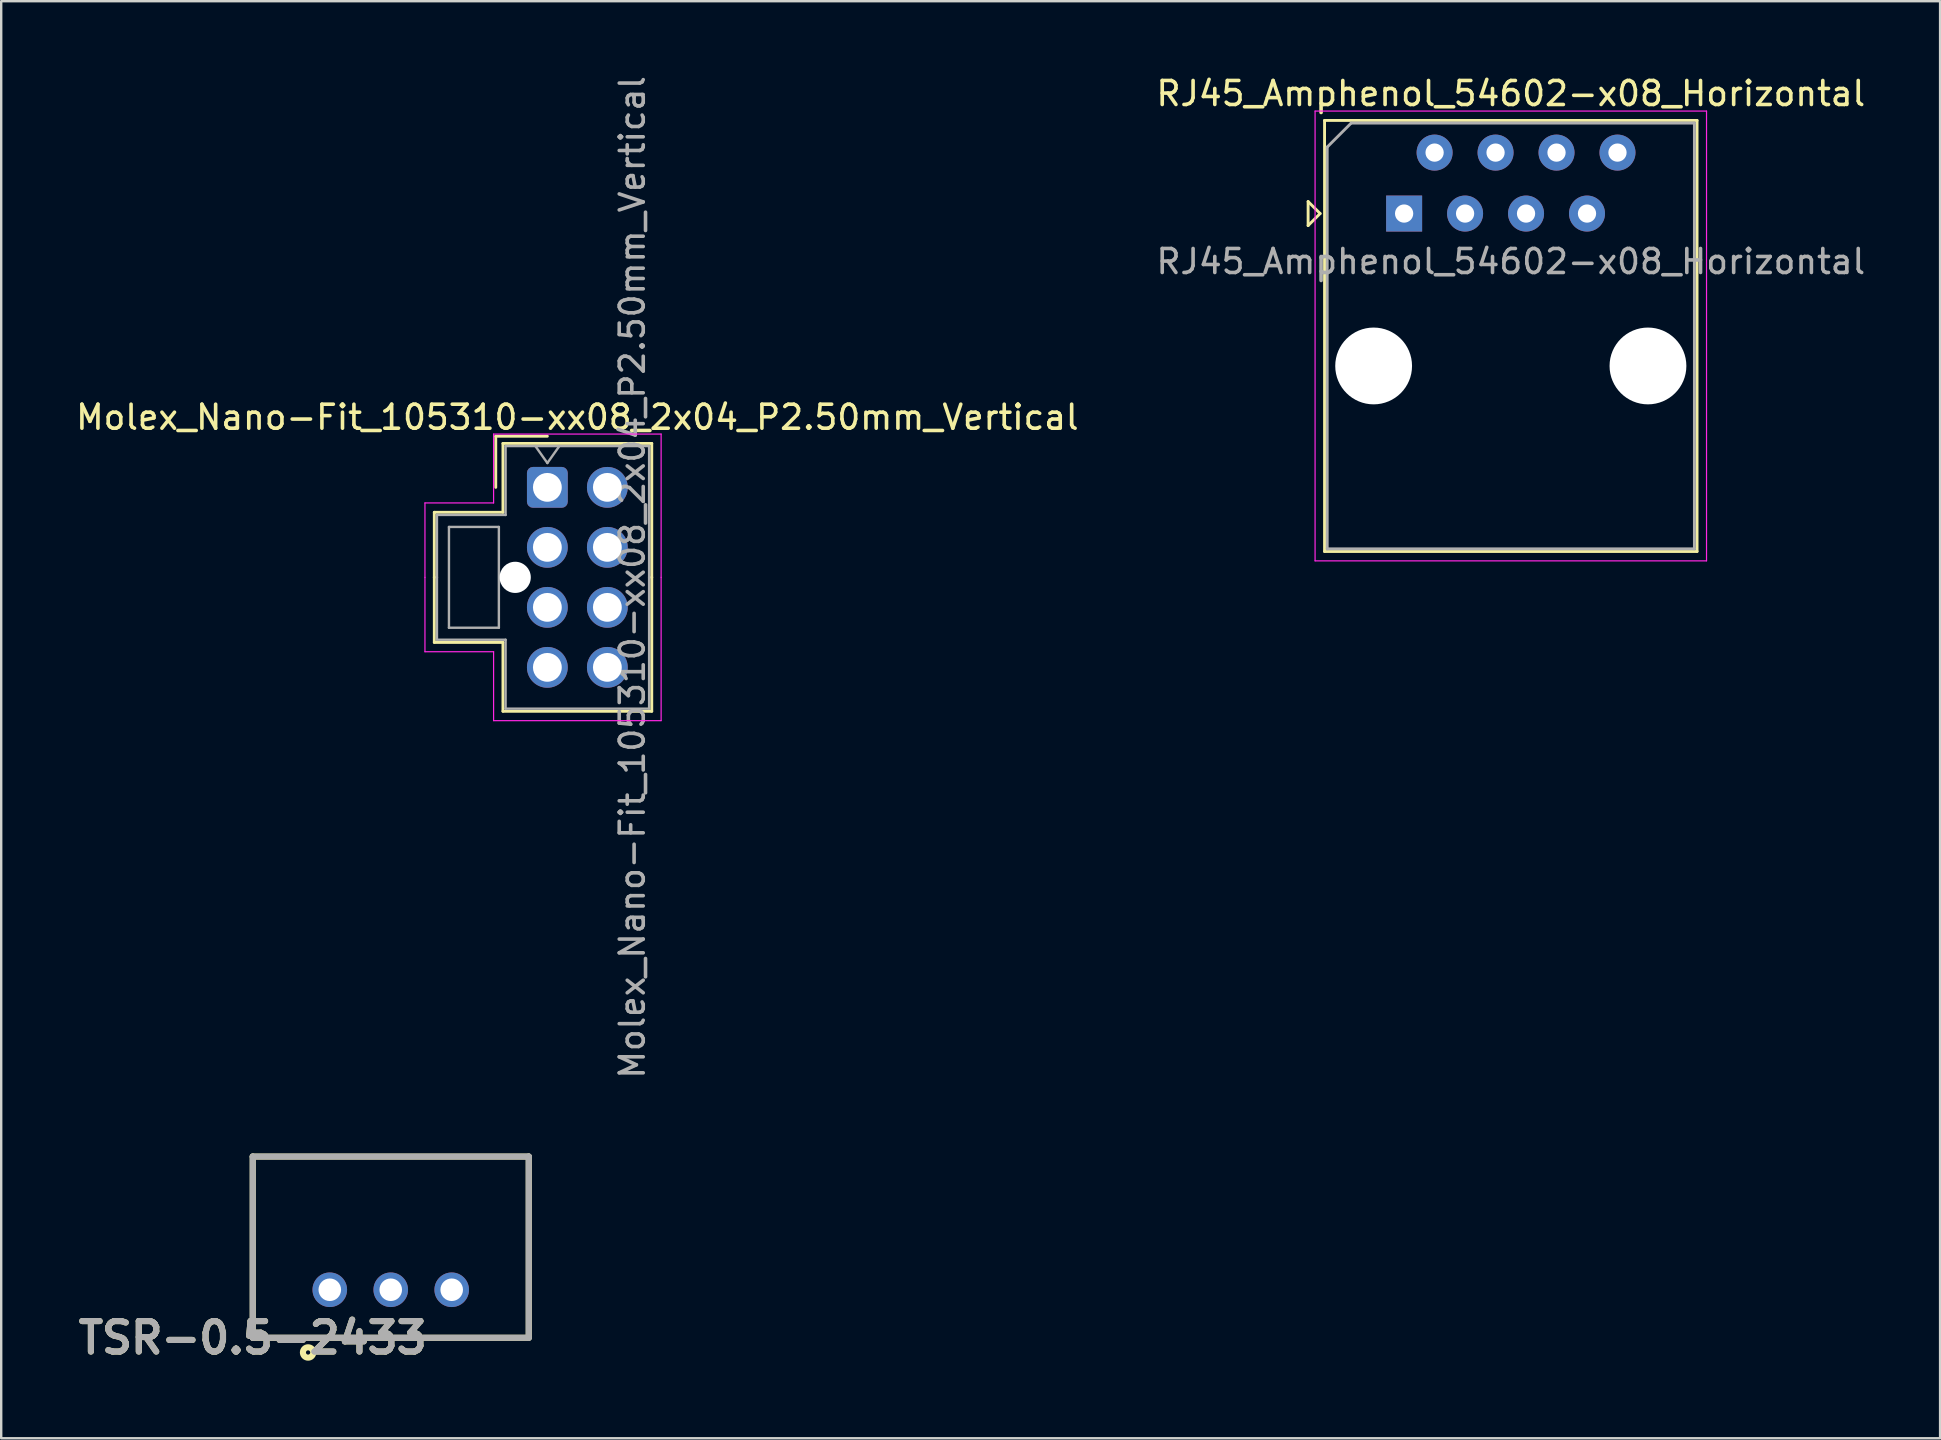
<source format=kicad_pcb>
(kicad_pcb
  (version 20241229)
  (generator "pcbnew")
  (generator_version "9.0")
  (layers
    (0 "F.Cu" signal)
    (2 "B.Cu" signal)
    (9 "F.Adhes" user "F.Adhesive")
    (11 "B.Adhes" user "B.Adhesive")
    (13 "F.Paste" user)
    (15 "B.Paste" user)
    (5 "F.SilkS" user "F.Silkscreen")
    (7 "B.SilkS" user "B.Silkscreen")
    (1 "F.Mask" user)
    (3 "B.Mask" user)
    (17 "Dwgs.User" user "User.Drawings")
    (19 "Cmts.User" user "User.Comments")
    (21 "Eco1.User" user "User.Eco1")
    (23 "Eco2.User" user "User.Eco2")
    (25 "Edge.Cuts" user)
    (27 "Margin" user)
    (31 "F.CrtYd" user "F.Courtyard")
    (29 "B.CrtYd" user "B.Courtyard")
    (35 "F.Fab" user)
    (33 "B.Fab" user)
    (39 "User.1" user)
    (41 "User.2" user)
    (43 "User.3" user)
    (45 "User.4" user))
  (footprint "RJ45_Amphenol_54602-x08_Horizontal"
    (layer "F.Cu")
    (at 55.454 5.848)
    (property "Reference" "RJ45_Amphenol_54602-x08_Horizontal" (at 4.445 -5 0) (layer "F.SilkS") (effects (font (size 1 1) (thickness 0.15))))
    (attr through_hole)
    (fp_line (start -4 -0.5) (end -4 0.5) (stroke (width 0.12) (type solid)) (layer "F.SilkS"))
    (fp_line (start -4 0.5) (end -3.5 0) (stroke (width 0.12) (type solid)) (layer "F.SilkS"))
    (fp_line (start -3.5 0) (end -4 -0.5) (stroke (width 0.12) (type solid)) (layer "F.SilkS"))
    (fp_line (start -3.315 -3.88) (end -3.315 14.08) (stroke (width 0.12) (type solid)) (layer "F.SilkS"))
    (fp_line (start -3.315 14.08) (end 12.205 14.08) (stroke (width 0.12) (type solid)) (layer "F.SilkS"))
    (fp_line (start 12.205 -3.88) (end -3.315 -3.88) (stroke (width 0.12) (type solid)) (layer "F.SilkS"))
    (fp_line (start 12.205 -3.88) (end 12.205 14.08) (stroke (width 0.12) (type solid)) (layer "F.SilkS"))
    (fp_line (start -3.71 -4.27) (end -3.71 14.47) (stroke (width 0.05) (type solid)) (layer "F.CrtYd"))
    (fp_line (start -3.71 -4.27) (end 12.6 -4.27) (stroke (width 0.05) (type solid)) (layer "F.CrtYd"))
    (fp_line (start 12.6 14.47) (end -3.71 14.47) (stroke (width 0.05) (type solid)) (layer "F.CrtYd"))
    (fp_line (start 12.6 14.47) (end 12.6 -4.27) (stroke (width 0.05) (type solid)) (layer "F.CrtYd"))
    (fp_line (start -3.205 -2.77) (end -2.205 -3.77) (stroke (width 0.12) (type solid)) (layer "F.Fab"))
    (fp_line (start -3.205 13.97) (end -3.205 -2.77) (stroke (width 0.12) (type solid)) (layer "F.Fab"))
    (fp_line (start -2.205 -3.77) (end 12.095 -3.77) (stroke (width 0.12) (type solid)) (layer "F.Fab"))
    (fp_line (start 12.095 -3.77) (end 12.095 13.97) (stroke (width 0.12) (type solid)) (layer "F.Fab"))
    (fp_line (start 12.095 13.97) (end -3.205 13.97) (stroke (width 0.12) (type solid)) (layer "F.Fab"))
    (fp_text user "${REFERENCE}" (at 4.445 2 0) (layer "F.Fab") (effects (font (size 1 1) (thickness 0.15))))
    (pad "" np_thru_hole circle (at -1.27 6.35) (size 3.2 3.2) (drill 3.2) (layers "*.Cu" "*.Mask"))
    (pad "" np_thru_hole circle (at 10.16 6.35) (size 3.2 3.2) (drill 3.2) (layers "*.Cu" "*.Mask"))
    (pad "1" thru_hole rect (at 0 0) (size 1.5 1.5) (drill 0.76) (layers "*.Cu" "*.Mask"))
    (pad "2" thru_hole circle (at 1.27 -2.54) (size 1.5 1.5) (drill 0.76) (layers "*.Cu" "*.Mask"))
    (pad "3" thru_hole circle (at 2.54 0) (size 1.5 1.5) (drill 0.76) (layers "*.Cu" "*.Mask"))
    (pad "4" thru_hole circle (at 3.81 -2.54) (size 1.5 1.5) (drill 0.76) (layers "*.Cu" "*.Mask"))
    (pad "5" thru_hole circle (at 5.08 0) (size 1.5 1.5) (drill 0.76) (layers "*.Cu" "*.Mask"))
    (pad "6" thru_hole circle (at 6.35 -2.54) (size 1.5 1.5) (drill 0.76) (layers "*.Cu" "*.Mask"))
    (pad "7" thru_hole circle (at 7.62 0) (size 1.5 1.5) (drill 0.76) (layers "*.Cu" "*.Mask"))
    (pad "8" thru_hole circle (at 8.89 -2.54) (size 1.5 1.5) (drill 0.76) (layers "*.Cu" "*.Mask")))
  (footprint "TSR-0.5-2433"
    (layer "F.Cu")
    (at 7.481 52.689)
    (property "Reference" "TSR-0.5-2433" (at 0 0 0) (layer "F.SilkS") (effects (font (size 1.27 1.27) (thickness 0.254))))
    (attr through_hole)
    (fp_line (start 0 -7.55) (end 0 0) (stroke (width 0.254) (type solid)) (layer "F.SilkS"))
    (fp_line (start 0 0) (end 11.5 0) (stroke (width 0.254) (type solid)) (layer "F.SilkS"))
    (fp_line (start 11.5 -7.55) (end 0 -7.55) (stroke (width 0.254) (type solid)) (layer "F.SilkS"))
    (fp_line (start 11.5 0) (end 11.5 -7.55) (stroke (width 0.254) (type solid)) (layer "F.SilkS"))
    (fp_circle (center 2.306 0.613) (end 2.306 0.702) (stroke (width 0.254) (type solid)) (fill no) (layer "F.SilkS"))
    (fp_line (start 0 -7.55) (end 11.5 -7.55) (stroke (width 0.254) (type solid)) (layer "F.Fab"))
    (fp_line (start 0 0) (end 0 -7.55) (stroke (width 0.254) (type solid)) (layer "F.Fab"))
    (fp_line (start 11.5 -7.55) (end 11.5 0) (stroke (width 0.254) (type solid)) (layer "F.Fab"))
    (fp_line (start 11.5 0) (end 0 0) (stroke (width 0.254) (type solid)) (layer "F.Fab"))
    (fp_text user "${REFERENCE}" (at 0 0 0) (layer "F.Fab") (effects (font (size 1.27 1.27) (thickness 0.254))))
    (pad "1" thru_hole circle (at 3.21 -2) (size 1.44 1.44) (drill 0.94) (layers "*.Cu" "*.Mask"))
    (pad "2" thru_hole circle (at 5.75 -2) (size 1.44 1.44) (drill 0.94) (layers "*.Cu" "*.Mask"))
    (pad "3" thru_hole circle (at 8.29 -2) (size 1.44 1.44) (drill 0.94) (layers "*.Cu" "*.Mask")))
  (footprint "Molex_Nano-Fit_105310-xx08_2x04_P2.50mm_Vertical"
    (layer "F.Cu")
    (at 19.756 17.256)
    (property "Reference" "Molex_Nano-Fit_105310-xx08_2x04_P2.50mm_Vertical" (at 1.25 -2.92 0) (layer "F.SilkS") (effects (font (size 1 1) (thickness 0.15))))
    (attr through_hole)
    (fp_line (start -4.71 1.04) (end -4.71 3.75) (stroke (width 0.12) (type solid)) (layer "F.SilkS"))
    (fp_line (start -4.71 6.46) (end -4.71 3.75) (stroke (width 0.12) (type solid)) (layer "F.SilkS"))
    (fp_line (start -2.15 -2.13) (end -2.15 0) (stroke (width 0.12) (type solid)) (layer "F.SilkS"))
    (fp_line (start -1.85 -1.83) (end -1.85 1.04) (stroke (width 0.12) (type solid)) (layer "F.SilkS"))
    (fp_line (start -1.85 1.04) (end -4.71 1.04) (stroke (width 0.12) (type solid)) (layer "F.SilkS"))
    (fp_line (start -1.85 6.46) (end -4.71 6.46) (stroke (width 0.12) (type solid)) (layer "F.SilkS"))
    (fp_line (start -1.85 9.33) (end -1.85 6.46) (stroke (width 0.12) (type solid)) (layer "F.SilkS"))
    (fp_line (start 0 -2.13) (end -2.15 -2.13) (stroke (width 0.12) (type solid)) (layer "F.SilkS"))
    (fp_line (start 4.35 -1.83) (end -1.85 -1.83) (stroke (width 0.12) (type solid)) (layer "F.SilkS"))
    (fp_line (start 4.35 3.75) (end 4.35 -1.83) (stroke (width 0.12) (type solid)) (layer "F.SilkS"))
    (fp_line (start 4.35 3.75) (end 4.35 9.33) (stroke (width 0.12) (type solid)) (layer "F.SilkS"))
    (fp_line (start 4.35 9.33) (end -1.85 9.33) (stroke (width 0.12) (type solid)) (layer "F.SilkS"))
    (fp_line (start -5.1 0.65) (end -5.1 3.75) (stroke (width 0.05) (type solid)) (layer "F.CrtYd"))
    (fp_line (start -5.1 6.85) (end -5.1 3.75) (stroke (width 0.05) (type solid)) (layer "F.CrtYd"))
    (fp_line (start -2.24 -2.22) (end -2.24 0.65) (stroke (width 0.05) (type solid)) (layer "F.CrtYd"))
    (fp_line (start -2.24 0.65) (end -5.1 0.65) (stroke (width 0.05) (type solid)) (layer "F.CrtYd"))
    (fp_line (start -2.24 6.85) (end -5.1 6.85) (stroke (width 0.05) (type solid)) (layer "F.CrtYd"))
    (fp_line (start -2.24 9.72) (end -2.24 6.85) (stroke (width 0.05) (type solid)) (layer "F.CrtYd"))
    (fp_line (start 4.74 -2.22) (end -2.24 -2.22) (stroke (width 0.05) (type solid)) (layer "F.CrtYd"))
    (fp_line (start 4.74 3.75) (end 4.74 -2.22) (stroke (width 0.05) (type solid)) (layer "F.CrtYd"))
    (fp_line (start 4.74 3.75) (end 4.74 9.72) (stroke (width 0.05) (type solid)) (layer "F.CrtYd"))
    (fp_line (start 4.74 9.72) (end -2.24 9.72) (stroke (width 0.05) (type solid)) (layer "F.CrtYd"))
    (fp_line (start -4.6 1.15) (end -4.6 3.75) (stroke (width 0.1) (type solid)) (layer "F.Fab"))
    (fp_line (start -4.6 6.35) (end -4.6 3.75) (stroke (width 0.1) (type solid)) (layer "F.Fab"))
    (fp_line (start -4.1 1.65) (end -4.1 5.85) (stroke (width 0.1) (type solid)) (layer "F.Fab"))
    (fp_line (start -4.1 5.85) (end -2.02 5.85) (stroke (width 0.1) (type solid)) (layer "F.Fab"))
    (fp_line (start -2.02 1.65) (end -4.1 1.65) (stroke (width 0.1) (type solid)) (layer "F.Fab"))
    (fp_line (start -2.02 5.85) (end -2.02 1.65) (stroke (width 0.1) (type solid)) (layer "F.Fab"))
    (fp_line (start -1.74 -1.72) (end -1.74 1.15) (stroke (width 0.1) (type solid)) (layer "F.Fab"))
    (fp_line (start -1.74 1.15) (end -4.6 1.15) (stroke (width 0.1) (type solid)) (layer "F.Fab"))
    (fp_line (start -1.74 6.35) (end -4.6 6.35) (stroke (width 0.1) (type solid)) (layer "F.Fab"))
    (fp_line (start -1.74 9.22) (end -1.74 6.35) (stroke (width 0.1) (type solid)) (layer "F.Fab"))
    (fp_line (start -0.5 -1.72) (end 0 -1.013) (stroke (width 0.1) (type solid)) (layer "F.Fab"))
    (fp_line (start 0 -1.013) (end 0.5 -1.72) (stroke (width 0.1) (type solid)) (layer "F.Fab"))
    (fp_line (start 4.24 -1.72) (end -1.74 -1.72) (stroke (width 0.1) (type solid)) (layer "F.Fab"))
    (fp_line (start 4.24 3.75) (end 4.24 -1.72) (stroke (width 0.1) (type solid)) (layer "F.Fab"))
    (fp_line (start 4.24 3.75) (end 4.24 9.22) (stroke (width 0.1) (type solid)) (layer "F.Fab"))
    (fp_line (start 4.24 9.22) (end -1.74 9.22) (stroke (width 0.1) (type solid)) (layer "F.Fab"))
    (fp_text user "${REFERENCE}" (at 3.54 3.75 90) (layer "F.Fab") (effects (font (size 1 1) (thickness 0.15))))
    (pad "" np_thru_hole circle (at -1.34 3.75) (size 1.3 1.3) (drill 1.3) (layers "*.Cu" "*.Mask"))
    (pad "1" thru_hole roundrect (at 0 0) (size 1.7 1.7) (drill 1.2) (layers "*.Cu" "*.Mask") (roundrect_rratio 0.147))
    (pad "2" thru_hole circle (at 0 2.5) (size 1.7 1.7) (drill 1.2) (layers "*.Cu" "*.Mask"))
    (pad "3" thru_hole circle (at 0 5) (size 1.7 1.7) (drill 1.2) (layers "*.Cu" "*.Mask"))
    (pad "4" thru_hole circle (at 0 7.5) (size 1.7 1.7) (drill 1.2) (layers "*.Cu" "*.Mask"))
    (pad "5" thru_hole circle (at 2.5 0) (size 1.7 1.7) (drill 1.2) (layers "*.Cu" "*.Mask"))
    (pad "6" thru_hole circle (at 2.5 2.5) (size 1.7 1.7) (drill 1.2) (layers "*.Cu" "*.Mask"))
    (pad "7" thru_hole circle (at 2.5 5) (size 1.7 1.7) (drill 1.2) (layers "*.Cu" "*.Mask"))
    (pad "8" thru_hole circle (at 2.5 7.5) (size 1.7 1.7) (drill 1.2) (layers "*.Cu" "*.Mask")))
  (gr_rect
    (start -3 -3)
    (end 77.786 56.878)
    (stroke (width 0.1) (type default))
    (fill no)
    (layer "Edge.Cuts")))
</source>
